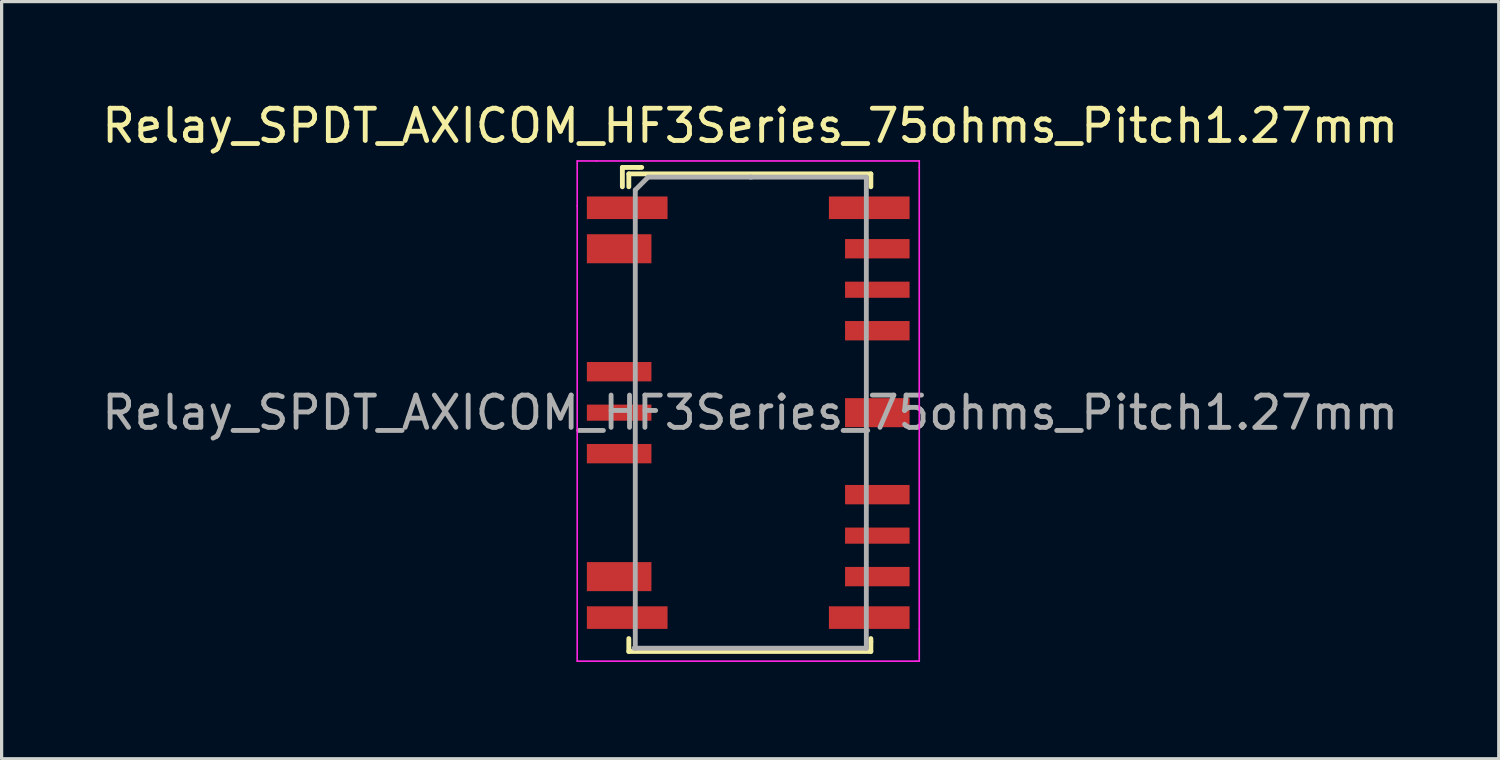
<source format=kicad_pcb>
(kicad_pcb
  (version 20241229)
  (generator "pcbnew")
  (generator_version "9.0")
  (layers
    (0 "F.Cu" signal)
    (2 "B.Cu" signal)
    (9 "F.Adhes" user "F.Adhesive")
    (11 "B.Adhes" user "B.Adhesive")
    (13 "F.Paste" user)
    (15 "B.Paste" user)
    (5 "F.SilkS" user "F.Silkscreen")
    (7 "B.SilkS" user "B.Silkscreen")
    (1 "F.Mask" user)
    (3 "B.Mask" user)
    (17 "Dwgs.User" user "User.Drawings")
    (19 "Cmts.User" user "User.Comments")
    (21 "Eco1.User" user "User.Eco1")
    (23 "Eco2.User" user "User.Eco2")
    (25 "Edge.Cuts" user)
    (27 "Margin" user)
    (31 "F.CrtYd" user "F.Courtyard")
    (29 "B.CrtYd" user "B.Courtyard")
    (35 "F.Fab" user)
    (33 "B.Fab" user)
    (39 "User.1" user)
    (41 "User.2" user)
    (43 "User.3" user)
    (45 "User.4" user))
  (footprint "Relay_SPDT_AXICOM_HF3Series_75ohms_Pitch1.27mm"
    (layer "F.Cu")
    (at 20.136 9.738)
    (property "Reference" "Relay_SPDT_AXICOM_HF3Series_75ohms_Pitch1.27mm" (at 0.06 -8.89 0) (layer "F.SilkS") (effects (font (size 1 1) (thickness 0.15))))
    (attr smd)
    (fp_line (start -3.9 -7.6) (end -3.4 -7.6) (stroke (width 0.15) (type solid)) (layer "F.SilkS"))
    (fp_line (start -3.9 -7) (end -3.9 -7.6) (stroke (width 0.15) (type solid)) (layer "F.SilkS"))
    (fp_line (start -3.7 -7.4) (end -3.7 -7) (stroke (width 0.15) (type solid)) (layer "F.SilkS"))
    (fp_line (start -3.7 7.4) (end -3.7 7) (stroke (width 0.15) (type solid)) (layer "F.SilkS"))
    (fp_line (start -3.4 -7.6) (end -3.3 -7.6) (stroke (width 0.15) (type solid)) (layer "F.SilkS"))
    (fp_line (start 3.8 -7.4) (end -3.7 -7.4) (stroke (width 0.15) (type solid)) (layer "F.SilkS"))
    (fp_line (start 3.8 -7) (end 3.8 -7.4) (stroke (width 0.15) (type solid)) (layer "F.SilkS"))
    (fp_line (start 3.8 7.1) (end 3.8 7) (stroke (width 0.15) (type solid)) (layer "F.SilkS"))
    (fp_line (start 3.8 7.1) (end 3.8 7.4) (stroke (width 0.15) (type solid)) (layer "F.SilkS"))
    (fp_line (start 3.8 7.4) (end -3.7 7.4) (stroke (width 0.15) (type solid)) (layer "F.SilkS"))
    (fp_line (start -5.3 -7.8) (end -5.3 -6.4) (stroke (width 0.05) (type solid)) (layer "F.CrtYd"))
    (fp_line (start -5.3 -6.4) (end -5.3 7.7) (stroke (width 0.05) (type solid)) (layer "F.CrtYd"))
    (fp_line (start -5.3 7.7) (end 5.2 7.7) (stroke (width 0.05) (type solid)) (layer "F.CrtYd"))
    (fp_line (start -4.7 -7.8) (end -5.3 -7.8) (stroke (width 0.05) (type solid)) (layer "F.CrtYd"))
    (fp_line (start 5.2 7.7) (end 5.3 7.7) (stroke (width 0.05) (type solid)) (layer "F.CrtYd"))
    (fp_line (start 5.3 -7.8) (end -4.7 -7.8) (stroke (width 0.05) (type solid)) (layer "F.CrtYd"))
    (fp_line (start 5.3 -7.6) (end 5.3 -7.8) (stroke (width 0.05) (type solid)) (layer "F.CrtYd"))
    (fp_line (start 5.3 6.7) (end 5.3 -7.6) (stroke (width 0.05) (type solid)) (layer "F.CrtYd"))
    (fp_line (start 5.3 7.7) (end 5.3 6.7) (stroke (width 0.05) (type solid)) (layer "F.CrtYd"))
    (fp_line (start -3.5 -6.9) (end -3.1 -7.3) (stroke (width 0.15) (type solid)) (layer "F.Fab"))
    (fp_line (start -3.5 7.3) (end -3.5 -6.9) (stroke (width 0.15) (type solid)) (layer "F.Fab"))
    (fp_line (start -3.1 -7.3) (end 0.1 -7.3) (stroke (width 0.15) (type solid)) (layer "F.Fab"))
    (fp_line (start 0.06 -7.3) (end 3.66 -7.3) (stroke (width 0.15) (type solid)) (layer "F.Fab"))
    (fp_line (start 3.66 -7.3) (end 3.66 7.3) (stroke (width 0.15) (type solid)) (layer "F.Fab"))
    (fp_line (start 3.66 7.3) (end -3.54 7.3) (stroke (width 0.15) (type solid)) (layer "F.Fab"))
    (fp_text user "${REFERENCE}" (at 0.06 0 0) (layer "F.Fab") (effects (font (size 1 1) (thickness 0.15))))
    (pad "1" smd rect (at -3.75 -6.35) (size 2.5 0.7) (layers "F.Cu" "F.Mask" "F.Paste"))
    (pad "2" smd rect (at -4 -5.08) (size 2 0.9) (layers "F.Cu" "F.Mask" "F.Paste"))
    (pad "5" smd rect (at -4 -1.27) (size 2 0.6) (layers "F.Cu" "F.Mask" "F.Paste"))
    (pad "6" smd rect (at -4 0) (size 2 0.5) (layers "F.Cu" "F.Mask" "F.Paste"))
    (pad "7" smd rect (at -4 1.27) (size 2 0.6) (layers "F.Cu" "F.Mask" "F.Paste"))
    (pad "10" smd rect (at -4 5.08) (size 2 0.9) (layers "F.Cu" "F.Mask" "F.Paste"))
    (pad "11" smd rect (at -3.75 6.35) (size 2.5 0.7) (layers "F.Cu" "F.Mask" "F.Paste"))
    (pad "12" smd rect (at 3.75 6.35) (size 2.5 0.7) (layers "F.Cu" "F.Mask" "F.Paste"))
    (pad "13" smd rect (at 4 5.08) (size 2 0.6) (layers "F.Cu" "F.Mask" "F.Paste"))
    (pad "14" smd rect (at 4 3.81) (size 2 0.5) (layers "F.Cu" "F.Mask" "F.Paste"))
    (pad "15" smd rect (at 4 2.54) (size 2 0.6) (layers "F.Cu" "F.Mask" "F.Paste"))
    (pad "17" smd rect (at 4 0) (size 2 0.9) (layers "F.Cu" "F.Mask" "F.Paste"))
    (pad "19" smd rect (at 4 -2.54) (size 2 0.6) (layers "F.Cu" "F.Mask" "F.Paste"))
    (pad "20" smd rect (at 4 -3.81) (size 2 0.5) (layers "F.Cu" "F.Mask" "F.Paste"))
    (pad "21" smd rect (at 4 -5.08) (size 2 0.6) (layers "F.Cu" "F.Mask" "F.Paste"))
    (pad "22" smd rect (at 3.75 -6.35) (size 2.5 0.7) (layers "F.Cu" "F.Mask" "F.Paste")))
  (gr_rect
    (start -3 -3)
    (end 43.393 20.463)
    (stroke (width 0.1) (type default))
    (fill no)
    (layer "Edge.Cuts")))
</source>
